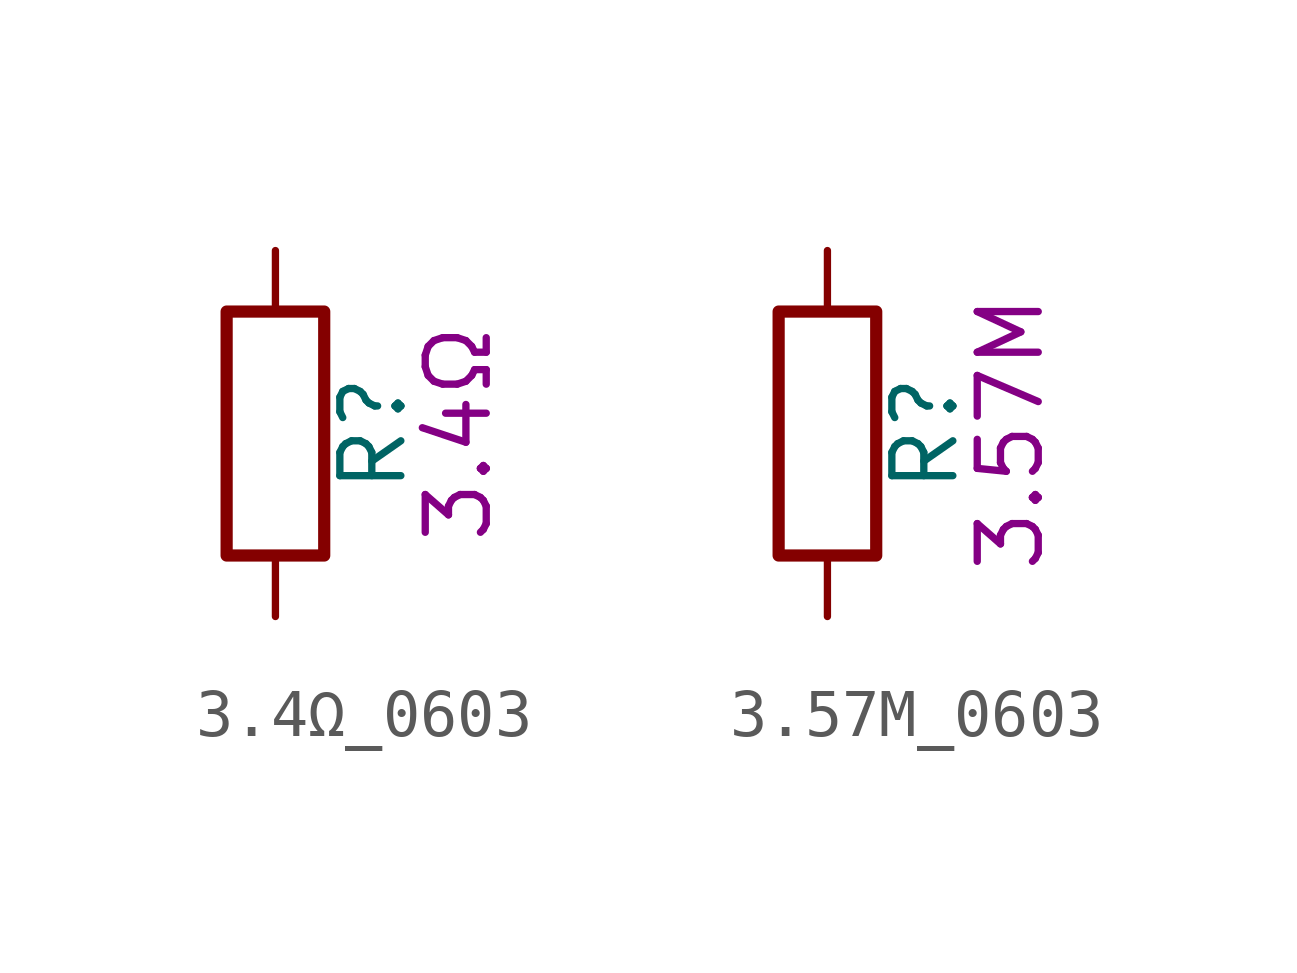
<source format=kicad_sym>
(kicad_symbol_lib
  (version 20211014)
  (generator kicad_symbol_editor)
  (symbol "3.4Ω_0603"
    (pin_numbers hide)
    (pin_names
      (offset 0))
    (property "Reference" "R"
      (at 2.032 0 90)
      (effects (font (size 1.27 1.27))))
    (property "Display" "3.4Ω"
      (at 3.81 0 90)
      (effects (font (size 1.27 1.27))))
    (symbol "3.4Ω_0603_0_1"
      (rectangle (start -1.016 -2.54) (end 1.016 2.54) (stroke (width 0.254) (type default) (color 0 0 0 0)) (fill (type none))))
    (symbol "3.4Ω_0603_1_1"
      (pin passive line (at 0 3.81 270) (length 1.27) (name "~" (effects (font (size 1.27 1.27)))) (number "1" (effects (font (size 1.27 1.27)))))
      (pin passive line (at 0 -3.81 90) (length 1.27) (name "~" (effects (font (size 1.27 1.27)))) (number "2" (effects (font (size 1.27 1.27)))))))
  (symbol "3.57M_0603"
    (pin_numbers hide)
    (pin_names
      (offset 0))
    (property "Reference" "R"
      (at 2.032 0 90)
      (effects (font (size 1.27 1.27))))
    (property "Display" "3.57M"
      (at 3.81 0 90)
      (effects (font (size 1.27 1.27))))
    (symbol "3.57M_0603_0_1"
      (rectangle (start -1.016 -2.54) (end 1.016 2.54) (stroke (width 0.254) (type default) (color 0 0 0 0)) (fill (type none))))
    (symbol "3.57M_0603_1_1"
      (pin passive line (at 0 3.81 270) (length 1.27) (name "~" (effects (font (size 1.27 1.27)))) (number "1" (effects (font (size 1.27 1.27)))))
      (pin passive line (at 0 -3.81 90) (length 1.27) (name "~" (effects (font (size 1.27 1.27)))) (number "2" (effects (font (size 1.27 1.27))))))))
</source>
